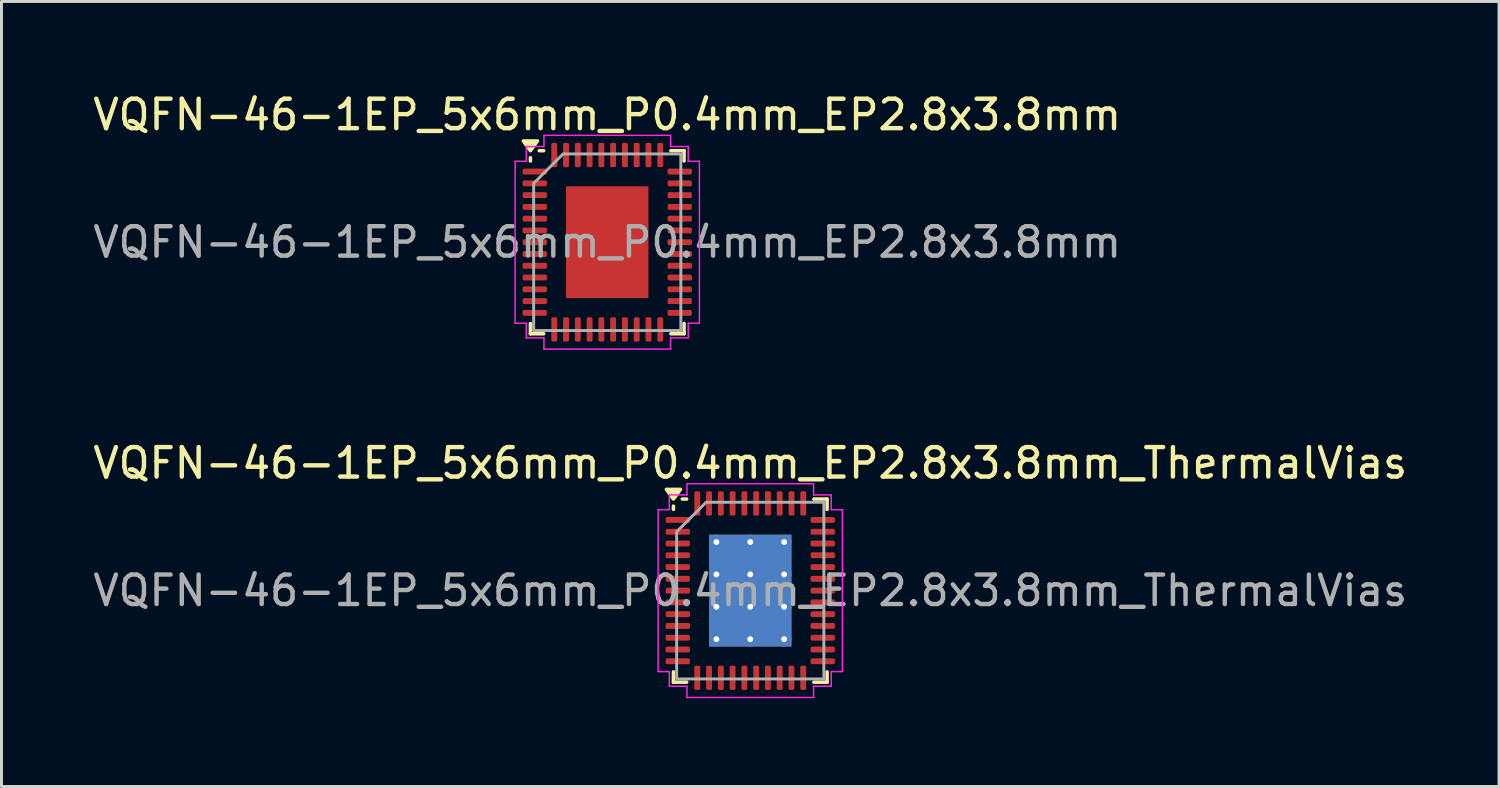
<source format=kicad_pcb>
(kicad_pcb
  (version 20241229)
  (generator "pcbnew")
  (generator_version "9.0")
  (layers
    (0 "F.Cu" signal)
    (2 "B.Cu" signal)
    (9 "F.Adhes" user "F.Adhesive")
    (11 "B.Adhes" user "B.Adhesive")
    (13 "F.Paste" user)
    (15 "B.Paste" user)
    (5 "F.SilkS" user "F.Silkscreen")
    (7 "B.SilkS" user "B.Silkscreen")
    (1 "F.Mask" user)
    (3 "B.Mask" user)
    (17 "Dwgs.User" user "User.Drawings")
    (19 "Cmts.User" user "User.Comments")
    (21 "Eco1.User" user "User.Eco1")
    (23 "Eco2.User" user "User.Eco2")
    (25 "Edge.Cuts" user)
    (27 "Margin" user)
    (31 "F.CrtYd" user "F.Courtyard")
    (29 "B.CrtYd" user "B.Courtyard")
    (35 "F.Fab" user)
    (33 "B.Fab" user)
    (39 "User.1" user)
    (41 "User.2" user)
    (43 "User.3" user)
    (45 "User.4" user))
  (footprint "VQFN-46-1EP_5x6mm_P0.4mm_EP2.8x3.8mm"
    (layer "F.Cu")
    (at 17.577 5.178)
    (property "Reference" "VQFN-46-1EP_5x6mm_P0.4mm_EP2.8x3.8mm" (at 0 -4.33 0) (layer "F.SilkS") (effects (font (size 1 1) (thickness 0.15))))
    (attr smd)
    (fp_line (start -2.61 -2.76) (end -2.61 -2.87) (stroke (width 0.12) (type solid)) (layer "F.SilkS"))
    (fp_line (start -2.61 3.11) (end -2.61 2.76) (stroke (width 0.12) (type solid)) (layer "F.SilkS"))
    (fp_line (start -2.16 -3.11) (end -2.31 -3.11) (stroke (width 0.12) (type solid)) (layer "F.SilkS"))
    (fp_line (start -2.16 3.11) (end -2.61 3.11) (stroke (width 0.12) (type solid)) (layer "F.SilkS"))
    (fp_line (start 2.16 -3.11) (end 2.61 -3.11) (stroke (width 0.12) (type solid)) (layer "F.SilkS"))
    (fp_line (start 2.16 3.11) (end 2.61 3.11) (stroke (width 0.12) (type solid)) (layer "F.SilkS"))
    (fp_line (start 2.61 -3.11) (end 2.61 -2.76) (stroke (width 0.12) (type solid)) (layer "F.SilkS"))
    (fp_line (start 2.61 3.11) (end 2.61 2.76) (stroke (width 0.12) (type solid)) (layer "F.SilkS"))
    (fp_poly (pts (xy -2.61 -3.11) (xy -2.85 -3.44) (xy -2.37 -3.44)) (stroke (width 0.12) (type solid)) (fill yes) (layer "F.SilkS"))
    (fp_line (start -3.13 -2.75) (end -2.75 -2.75) (stroke (width 0.05) (type solid)) (layer "F.CrtYd"))
    (fp_line (start -3.13 2.75) (end -3.13 -2.75) (stroke (width 0.05) (type solid)) (layer "F.CrtYd"))
    (fp_line (start -2.75 -3.25) (end -2.15 -3.25) (stroke (width 0.05) (type solid)) (layer "F.CrtYd"))
    (fp_line (start -2.75 -2.75) (end -2.75 -3.25) (stroke (width 0.05) (type solid)) (layer "F.CrtYd"))
    (fp_line (start -2.75 2.75) (end -3.13 2.75) (stroke (width 0.05) (type solid)) (layer "F.CrtYd"))
    (fp_line (start -2.75 3.25) (end -2.75 2.75) (stroke (width 0.05) (type solid)) (layer "F.CrtYd"))
    (fp_line (start -2.15 -3.63) (end 2.15 -3.63) (stroke (width 0.05) (type solid)) (layer "F.CrtYd"))
    (fp_line (start -2.15 -3.25) (end -2.15 -3.63) (stroke (width 0.05) (type solid)) (layer "F.CrtYd"))
    (fp_line (start -2.15 3.25) (end -2.75 3.25) (stroke (width 0.05) (type solid)) (layer "F.CrtYd"))
    (fp_line (start -2.15 3.63) (end -2.15 3.25) (stroke (width 0.05) (type solid)) (layer "F.CrtYd"))
    (fp_line (start 2.15 -3.63) (end 2.15 -3.25) (stroke (width 0.05) (type solid)) (layer "F.CrtYd"))
    (fp_line (start 2.15 -3.25) (end 2.75 -3.25) (stroke (width 0.05) (type solid)) (layer "F.CrtYd"))
    (fp_line (start 2.15 3.25) (end 2.15 3.63) (stroke (width 0.05) (type solid)) (layer "F.CrtYd"))
    (fp_line (start 2.15 3.63) (end -2.15 3.63) (stroke (width 0.05) (type solid)) (layer "F.CrtYd"))
    (fp_line (start 2.75 -3.25) (end 2.75 -2.75) (stroke (width 0.05) (type solid)) (layer "F.CrtYd"))
    (fp_line (start 2.75 -2.75) (end 3.13 -2.75) (stroke (width 0.05) (type solid)) (layer "F.CrtYd"))
    (fp_line (start 2.75 2.75) (end 2.75 3.25) (stroke (width 0.05) (type solid)) (layer "F.CrtYd"))
    (fp_line (start 2.75 3.25) (end 2.15 3.25) (stroke (width 0.05) (type solid)) (layer "F.CrtYd"))
    (fp_line (start 3.13 -2.75) (end 3.13 2.75) (stroke (width 0.05) (type solid)) (layer "F.CrtYd"))
    (fp_line (start 3.13 2.75) (end 2.75 2.75) (stroke (width 0.05) (type solid)) (layer "F.CrtYd"))
    (fp_poly (pts (xy -2.5 -2) (xy -2.5 3) (xy 2.5 3) (xy 2.5 -3) (xy -1.5 -3)) (stroke (width 0.1) (type solid)) (fill no) (layer "F.Fab"))
    (fp_text user "${REFERENCE}" (at 0 0 0) (layer "F.Fab") (effects (font (size 1 1) (thickness 0.15))))
    (pad "" smd roundrect (at -0.7 -1.27) (size 1.13 1.02) (layers "F.Paste") (roundrect_rratio 0.245))
    (pad "" smd roundrect (at -0.7 0) (size 1.13 1.02) (layers "F.Paste") (roundrect_rratio 0.245))
    (pad "" smd roundrect (at -0.7 1.27) (size 1.13 1.02) (layers "F.Paste") (roundrect_rratio 0.245))
    (pad "" smd roundrect (at 0.7 -1.27) (size 1.13 1.02) (layers "F.Paste") (roundrect_rratio 0.245))
    (pad "" smd roundrect (at 0.7 0) (size 1.13 1.02) (layers "F.Paste") (roundrect_rratio 0.245))
    (pad "" smd roundrect (at 0.7 1.27) (size 1.13 1.02) (layers "F.Paste") (roundrect_rratio 0.245))
    (pad "1" smd roundrect (at -2.462 -2.4) (size 0.825 0.2) (layers "F.Cu" "F.Mask" "F.Paste") (roundrect_rratio 0.25))
    (pad "2" smd roundrect (at -2.462 -2) (size 0.825 0.2) (layers "F.Cu" "F.Mask" "F.Paste") (roundrect_rratio 0.25))
    (pad "3" smd roundrect (at -2.462 -1.6) (size 0.825 0.2) (layers "F.Cu" "F.Mask" "F.Paste") (roundrect_rratio 0.25))
    (pad "4" smd roundrect (at -2.462 -1.2) (size 0.825 0.2) (layers "F.Cu" "F.Mask" "F.Paste") (roundrect_rratio 0.25))
    (pad "5" smd roundrect (at -2.462 -0.8) (size 0.825 0.2) (layers "F.Cu" "F.Mask" "F.Paste") (roundrect_rratio 0.25))
    (pad "6" smd roundrect (at -2.462 -0.4) (size 0.825 0.2) (layers "F.Cu" "F.Mask" "F.Paste") (roundrect_rratio 0.25))
    (pad "7" smd roundrect (at -2.462 0) (size 0.825 0.2) (layers "F.Cu" "F.Mask" "F.Paste") (roundrect_rratio 0.25))
    (pad "8" smd roundrect (at -2.462 0.4) (size 0.825 0.2) (layers "F.Cu" "F.Mask" "F.Paste") (roundrect_rratio 0.25))
    (pad "9" smd roundrect (at -2.462 0.8) (size 0.825 0.2) (layers "F.Cu" "F.Mask" "F.Paste") (roundrect_rratio 0.25))
    (pad "10" smd roundrect (at -2.462 1.2) (size 0.825 0.2) (layers "F.Cu" "F.Mask" "F.Paste") (roundrect_rratio 0.25))
    (pad "11" smd roundrect (at -2.462 1.6) (size 0.825 0.2) (layers "F.Cu" "F.Mask" "F.Paste") (roundrect_rratio 0.25))
    (pad "12" smd roundrect (at -2.462 2) (size 0.825 0.2) (layers "F.Cu" "F.Mask" "F.Paste") (roundrect_rratio 0.25))
    (pad "13" smd roundrect (at -2.462 2.4) (size 0.825 0.2) (layers "F.Cu" "F.Mask" "F.Paste") (roundrect_rratio 0.25))
    (pad "14" smd roundrect (at -1.8 2.962) (size 0.2 0.825) (layers "F.Cu" "F.Mask" "F.Paste") (roundrect_rratio 0.25))
    (pad "15" smd roundrect (at -1.4 2.962) (size 0.2 0.825) (layers "F.Cu" "F.Mask" "F.Paste") (roundrect_rratio 0.25))
    (pad "16" smd roundrect (at -1 2.962) (size 0.2 0.825) (layers "F.Cu" "F.Mask" "F.Paste") (roundrect_rratio 0.25))
    (pad "17" smd roundrect (at -0.6 2.962) (size 0.2 0.825) (layers "F.Cu" "F.Mask" "F.Paste") (roundrect_rratio 0.25))
    (pad "18" smd roundrect (at -0.2 2.962) (size 0.2 0.825) (layers "F.Cu" "F.Mask" "F.Paste") (roundrect_rratio 0.25))
    (pad "19" smd roundrect (at 0.2 2.962) (size 0.2 0.825) (layers "F.Cu" "F.Mask" "F.Paste") (roundrect_rratio 0.25))
    (pad "20" smd roundrect (at 0.6 2.962) (size 0.2 0.825) (layers "F.Cu" "F.Mask" "F.Paste") (roundrect_rratio 0.25))
    (pad "21" smd roundrect (at 1 2.962) (size 0.2 0.825) (layers "F.Cu" "F.Mask" "F.Paste") (roundrect_rratio 0.25))
    (pad "22" smd roundrect (at 1.4 2.962) (size 0.2 0.825) (layers "F.Cu" "F.Mask" "F.Paste") (roundrect_rratio 0.25))
    (pad "23" smd roundrect (at 1.8 2.962) (size 0.2 0.825) (layers "F.Cu" "F.Mask" "F.Paste") (roundrect_rratio 0.25))
    (pad "24" smd roundrect (at 2.462 2.4) (size 0.825 0.2) (layers "F.Cu" "F.Mask" "F.Paste") (roundrect_rratio 0.25))
    (pad "25" smd roundrect (at 2.462 2) (size 0.825 0.2) (layers "F.Cu" "F.Mask" "F.Paste") (roundrect_rratio 0.25))
    (pad "26" smd roundrect (at 2.462 1.6) (size 0.825 0.2) (layers "F.Cu" "F.Mask" "F.Paste") (roundrect_rratio 0.25))
    (pad "27" smd roundrect (at 2.462 1.2) (size 0.825 0.2) (layers "F.Cu" "F.Mask" "F.Paste") (roundrect_rratio 0.25))
    (pad "28" smd roundrect (at 2.462 0.8) (size 0.825 0.2) (layers "F.Cu" "F.Mask" "F.Paste") (roundrect_rratio 0.25))
    (pad "29" smd roundrect (at 2.462 0.4) (size 0.825 0.2) (layers "F.Cu" "F.Mask" "F.Paste") (roundrect_rratio 0.25))
    (pad "30" smd roundrect (at 2.462 0) (size 0.825 0.2) (layers "F.Cu" "F.Mask" "F.Paste") (roundrect_rratio 0.25))
    (pad "31" smd roundrect (at 2.462 -0.4) (size 0.825 0.2) (layers "F.Cu" "F.Mask" "F.Paste") (roundrect_rratio 0.25))
    (pad "32" smd roundrect (at 2.462 -0.8) (size 0.825 0.2) (layers "F.Cu" "F.Mask" "F.Paste") (roundrect_rratio 0.25))
    (pad "33" smd roundrect (at 2.462 -1.2) (size 0.825 0.2) (layers "F.Cu" "F.Mask" "F.Paste") (roundrect_rratio 0.25))
    (pad "34" smd roundrect (at 2.462 -1.6) (size 0.825 0.2) (layers "F.Cu" "F.Mask" "F.Paste") (roundrect_rratio 0.25))
    (pad "35" smd roundrect (at 2.462 -2) (size 0.825 0.2) (layers "F.Cu" "F.Mask" "F.Paste") (roundrect_rratio 0.25))
    (pad "36" smd roundrect (at 2.462 -2.4) (size 0.825 0.2) (layers "F.Cu" "F.Mask" "F.Paste") (roundrect_rratio 0.25))
    (pad "37" smd roundrect (at 1.8 -2.962) (size 0.2 0.825) (layers "F.Cu" "F.Mask" "F.Paste") (roundrect_rratio 0.25))
    (pad "38" smd roundrect (at 1.4 -2.962) (size 0.2 0.825) (layers "F.Cu" "F.Mask" "F.Paste") (roundrect_rratio 0.25))
    (pad "39" smd roundrect (at 1 -2.962) (size 0.2 0.825) (layers "F.Cu" "F.Mask" "F.Paste") (roundrect_rratio 0.25))
    (pad "40" smd roundrect (at 0.6 -2.962) (size 0.2 0.825) (layers "F.Cu" "F.Mask" "F.Paste") (roundrect_rratio 0.25))
    (pad "41" smd roundrect (at 0.2 -2.962) (size 0.2 0.825) (layers "F.Cu" "F.Mask" "F.Paste") (roundrect_rratio 0.25))
    (pad "42" smd roundrect (at -0.2 -2.962) (size 0.2 0.825) (layers "F.Cu" "F.Mask" "F.Paste") (roundrect_rratio 0.25))
    (pad "43" smd roundrect (at -0.6 -2.962) (size 0.2 0.825) (layers "F.Cu" "F.Mask" "F.Paste") (roundrect_rratio 0.25))
    (pad "44" smd roundrect (at -1 -2.962) (size 0.2 0.825) (layers "F.Cu" "F.Mask" "F.Paste") (roundrect_rratio 0.25))
    (pad "45" smd roundrect (at -1.4 -2.962) (size 0.2 0.825) (layers "F.Cu" "F.Mask" "F.Paste") (roundrect_rratio 0.25))
    (pad "46" smd roundrect (at -1.8 -2.962) (size 0.2 0.825) (layers "F.Cu" "F.Mask" "F.Paste") (roundrect_rratio 0.25))
    (pad "47" smd rect (at 0 0) (size 2.8 3.8) (property pad_prop_heatsink) (layers "F.Cu" "F.Mask")))
  (footprint "VQFN-46-1EP_5x6mm_P0.4mm_EP2.8x3.8mm_ThermalVias"
    (layer "F.Cu")
    (at 22.435 17.012)
    (property "Reference" "VQFN-46-1EP_5x6mm_P0.4mm_EP2.8x3.8mm_ThermalVias" (at 0 -4.33 0) (layer "F.SilkS") (effects (font (size 1 1) (thickness 0.15))))
    (attr smd)
    (fp_line (start -2.61 -2.76) (end -2.61 -2.87) (stroke (width 0.12) (type solid)) (layer "F.SilkS"))
    (fp_line (start -2.61 3.11) (end -2.61 2.76) (stroke (width 0.12) (type solid)) (layer "F.SilkS"))
    (fp_line (start -2.16 -3.11) (end -2.31 -3.11) (stroke (width 0.12) (type solid)) (layer "F.SilkS"))
    (fp_line (start -2.16 3.11) (end -2.61 3.11) (stroke (width 0.12) (type solid)) (layer "F.SilkS"))
    (fp_line (start 2.16 -3.11) (end 2.61 -3.11) (stroke (width 0.12) (type solid)) (layer "F.SilkS"))
    (fp_line (start 2.16 3.11) (end 2.61 3.11) (stroke (width 0.12) (type solid)) (layer "F.SilkS"))
    (fp_line (start 2.61 -3.11) (end 2.61 -2.76) (stroke (width 0.12) (type solid)) (layer "F.SilkS"))
    (fp_line (start 2.61 3.11) (end 2.61 2.76) (stroke (width 0.12) (type solid)) (layer "F.SilkS"))
    (fp_poly (pts (xy -2.61 -3.11) (xy -2.85 -3.44) (xy -2.37 -3.44)) (stroke (width 0.12) (type solid)) (fill yes) (layer "F.SilkS"))
    (fp_line (start -3.13 -2.75) (end -2.75 -2.75) (stroke (width 0.05) (type solid)) (layer "F.CrtYd"))
    (fp_line (start -3.13 2.75) (end -3.13 -2.75) (stroke (width 0.05) (type solid)) (layer "F.CrtYd"))
    (fp_line (start -2.75 -3.25) (end -2.15 -3.25) (stroke (width 0.05) (type solid)) (layer "F.CrtYd"))
    (fp_line (start -2.75 -2.75) (end -2.75 -3.25) (stroke (width 0.05) (type solid)) (layer "F.CrtYd"))
    (fp_line (start -2.75 2.75) (end -3.13 2.75) (stroke (width 0.05) (type solid)) (layer "F.CrtYd"))
    (fp_line (start -2.75 3.25) (end -2.75 2.75) (stroke (width 0.05) (type solid)) (layer "F.CrtYd"))
    (fp_line (start -2.15 -3.63) (end 2.15 -3.63) (stroke (width 0.05) (type solid)) (layer "F.CrtYd"))
    (fp_line (start -2.15 -3.25) (end -2.15 -3.63) (stroke (width 0.05) (type solid)) (layer "F.CrtYd"))
    (fp_line (start -2.15 3.25) (end -2.75 3.25) (stroke (width 0.05) (type solid)) (layer "F.CrtYd"))
    (fp_line (start -2.15 3.63) (end -2.15 3.25) (stroke (width 0.05) (type solid)) (layer "F.CrtYd"))
    (fp_line (start 2.15 -3.63) (end 2.15 -3.25) (stroke (width 0.05) (type solid)) (layer "F.CrtYd"))
    (fp_line (start 2.15 -3.25) (end 2.75 -3.25) (stroke (width 0.05) (type solid)) (layer "F.CrtYd"))
    (fp_line (start 2.15 3.25) (end 2.15 3.63) (stroke (width 0.05) (type solid)) (layer "F.CrtYd"))
    (fp_line (start 2.15 3.63) (end -2.15 3.63) (stroke (width 0.05) (type solid)) (layer "F.CrtYd"))
    (fp_line (start 2.75 -3.25) (end 2.75 -2.75) (stroke (width 0.05) (type solid)) (layer "F.CrtYd"))
    (fp_line (start 2.75 -2.75) (end 3.13 -2.75) (stroke (width 0.05) (type solid)) (layer "F.CrtYd"))
    (fp_line (start 2.75 2.75) (end 2.75 3.25) (stroke (width 0.05) (type solid)) (layer "F.CrtYd"))
    (fp_line (start 2.75 3.25) (end 2.15 3.25) (stroke (width 0.05) (type solid)) (layer "F.CrtYd"))
    (fp_line (start 3.13 -2.75) (end 3.13 2.75) (stroke (width 0.05) (type solid)) (layer "F.CrtYd"))
    (fp_line (start 3.13 2.75) (end 2.75 2.75) (stroke (width 0.05) (type solid)) (layer "F.CrtYd"))
    (fp_poly (pts (xy -2.5 -2) (xy -2.5 3) (xy 2.5 3) (xy 2.5 -3) (xy -1.5 -3)) (stroke (width 0.1) (type solid)) (fill no) (layer "F.Fab"))
    (fp_text user "${REFERENCE}" (at 0 0 0) (layer "F.Fab") (effects (font (size 1 1) (thickness 0.15))))
    (pad "" smd roundrect (at -0.7 -1.27) (size 1.21 1.1) (layers "F.Paste") (roundrect_rratio 0.227))
    (pad "" smd roundrect (at -0.7 0) (size 1.21 1.1) (layers "F.Paste") (roundrect_rratio 0.227))
    (pad "" smd roundrect (at -0.7 1.27) (size 1.21 1.1) (layers "F.Paste") (roundrect_rratio 0.227))
    (pad "" smd roundrect (at 0.7 -1.27) (size 1.21 1.1) (layers "F.Paste") (roundrect_rratio 0.227))
    (pad "" smd roundrect (at 0.7 0) (size 1.21 1.1) (layers "F.Paste") (roundrect_rratio 0.227))
    (pad "" smd roundrect (at 0.7 1.27) (size 1.21 1.1) (layers "F.Paste") (roundrect_rratio 0.227))
    (pad "1" smd roundrect (at -2.462 -2.4) (size 0.825 0.2) (layers "F.Cu" "F.Mask" "F.Paste") (roundrect_rratio 0.25))
    (pad "2" smd roundrect (at -2.462 -2) (size 0.825 0.2) (layers "F.Cu" "F.Mask" "F.Paste") (roundrect_rratio 0.25))
    (pad "3" smd roundrect (at -2.462 -1.6) (size 0.825 0.2) (layers "F.Cu" "F.Mask" "F.Paste") (roundrect_rratio 0.25))
    (pad "4" smd roundrect (at -2.462 -1.2) (size 0.825 0.2) (layers "F.Cu" "F.Mask" "F.Paste") (roundrect_rratio 0.25))
    (pad "5" smd roundrect (at -2.462 -0.8) (size 0.825 0.2) (layers "F.Cu" "F.Mask" "F.Paste") (roundrect_rratio 0.25))
    (pad "6" smd roundrect (at -2.462 -0.4) (size 0.825 0.2) (layers "F.Cu" "F.Mask" "F.Paste") (roundrect_rratio 0.25))
    (pad "7" smd roundrect (at -2.462 0) (size 0.825 0.2) (layers "F.Cu" "F.Mask" "F.Paste") (roundrect_rratio 0.25))
    (pad "8" smd roundrect (at -2.462 0.4) (size 0.825 0.2) (layers "F.Cu" "F.Mask" "F.Paste") (roundrect_rratio 0.25))
    (pad "9" smd roundrect (at -2.462 0.8) (size 0.825 0.2) (layers "F.Cu" "F.Mask" "F.Paste") (roundrect_rratio 0.25))
    (pad "10" smd roundrect (at -2.462 1.2) (size 0.825 0.2) (layers "F.Cu" "F.Mask" "F.Paste") (roundrect_rratio 0.25))
    (pad "11" smd roundrect (at -2.462 1.6) (size 0.825 0.2) (layers "F.Cu" "F.Mask" "F.Paste") (roundrect_rratio 0.25))
    (pad "12" smd roundrect (at -2.462 2) (size 0.825 0.2) (layers "F.Cu" "F.Mask" "F.Paste") (roundrect_rratio 0.25))
    (pad "13" smd roundrect (at -2.462 2.4) (size 0.825 0.2) (layers "F.Cu" "F.Mask" "F.Paste") (roundrect_rratio 0.25))
    (pad "14" smd roundrect (at -1.8 2.962) (size 0.2 0.825) (layers "F.Cu" "F.Mask" "F.Paste") (roundrect_rratio 0.25))
    (pad "15" smd roundrect (at -1.4 2.962) (size 0.2 0.825) (layers "F.Cu" "F.Mask" "F.Paste") (roundrect_rratio 0.25))
    (pad "16" smd roundrect (at -1 2.962) (size 0.2 0.825) (layers "F.Cu" "F.Mask" "F.Paste") (roundrect_rratio 0.25))
    (pad "17" smd roundrect (at -0.6 2.962) (size 0.2 0.825) (layers "F.Cu" "F.Mask" "F.Paste") (roundrect_rratio 0.25))
    (pad "18" smd roundrect (at -0.2 2.962) (size 0.2 0.825) (layers "F.Cu" "F.Mask" "F.Paste") (roundrect_rratio 0.25))
    (pad "19" smd roundrect (at 0.2 2.962) (size 0.2 0.825) (layers "F.Cu" "F.Mask" "F.Paste") (roundrect_rratio 0.25))
    (pad "20" smd roundrect (at 0.6 2.962) (size 0.2 0.825) (layers "F.Cu" "F.Mask" "F.Paste") (roundrect_rratio 0.25))
    (pad "21" smd roundrect (at 1 2.962) (size 0.2 0.825) (layers "F.Cu" "F.Mask" "F.Paste") (roundrect_rratio 0.25))
    (pad "22" smd roundrect (at 1.4 2.962) (size 0.2 0.825) (layers "F.Cu" "F.Mask" "F.Paste") (roundrect_rratio 0.25))
    (pad "23" smd roundrect (at 1.8 2.962) (size 0.2 0.825) (layers "F.Cu" "F.Mask" "F.Paste") (roundrect_rratio 0.25))
    (pad "24" smd roundrect (at 2.462 2.4) (size 0.825 0.2) (layers "F.Cu" "F.Mask" "F.Paste") (roundrect_rratio 0.25))
    (pad "25" smd roundrect (at 2.462 2) (size 0.825 0.2) (layers "F.Cu" "F.Mask" "F.Paste") (roundrect_rratio 0.25))
    (pad "26" smd roundrect (at 2.462 1.6) (size 0.825 0.2) (layers "F.Cu" "F.Mask" "F.Paste") (roundrect_rratio 0.25))
    (pad "27" smd roundrect (at 2.462 1.2) (size 0.825 0.2) (layers "F.Cu" "F.Mask" "F.Paste") (roundrect_rratio 0.25))
    (pad "28" smd roundrect (at 2.462 0.8) (size 0.825 0.2) (layers "F.Cu" "F.Mask" "F.Paste") (roundrect_rratio 0.25))
    (pad "29" smd roundrect (at 2.462 0.4) (size 0.825 0.2) (layers "F.Cu" "F.Mask" "F.Paste") (roundrect_rratio 0.25))
    (pad "30" smd roundrect (at 2.462 0) (size 0.825 0.2) (layers "F.Cu" "F.Mask" "F.Paste") (roundrect_rratio 0.25))
    (pad "31" smd roundrect (at 2.462 -0.4) (size 0.825 0.2) (layers "F.Cu" "F.Mask" "F.Paste") (roundrect_rratio 0.25))
    (pad "32" smd roundrect (at 2.462 -0.8) (size 0.825 0.2) (layers "F.Cu" "F.Mask" "F.Paste") (roundrect_rratio 0.25))
    (pad "33" smd roundrect (at 2.462 -1.2) (size 0.825 0.2) (layers "F.Cu" "F.Mask" "F.Paste") (roundrect_rratio 0.25))
    (pad "34" smd roundrect (at 2.462 -1.6) (size 0.825 0.2) (layers "F.Cu" "F.Mask" "F.Paste") (roundrect_rratio 0.25))
    (pad "35" smd roundrect (at 2.462 -2) (size 0.825 0.2) (layers "F.Cu" "F.Mask" "F.Paste") (roundrect_rratio 0.25))
    (pad "36" smd roundrect (at 2.462 -2.4) (size 0.825 0.2) (layers "F.Cu" "F.Mask" "F.Paste") (roundrect_rratio 0.25))
    (pad "37" smd roundrect (at 1.8 -2.962) (size 0.2 0.825) (layers "F.Cu" "F.Mask" "F.Paste") (roundrect_rratio 0.25))
    (pad "38" smd roundrect (at 1.4 -2.962) (size 0.2 0.825) (layers "F.Cu" "F.Mask" "F.Paste") (roundrect_rratio 0.25))
    (pad "39" smd roundrect (at 1 -2.962) (size 0.2 0.825) (layers "F.Cu" "F.Mask" "F.Paste") (roundrect_rratio 0.25))
    (pad "40" smd roundrect (at 0.6 -2.962) (size 0.2 0.825) (layers "F.Cu" "F.Mask" "F.Paste") (roundrect_rratio 0.25))
    (pad "41" smd roundrect (at 0.2 -2.962) (size 0.2 0.825) (layers "F.Cu" "F.Mask" "F.Paste") (roundrect_rratio 0.25))
    (pad "42" smd roundrect (at -0.2 -2.962) (size 0.2 0.825) (layers "F.Cu" "F.Mask" "F.Paste") (roundrect_rratio 0.25))
    (pad "43" smd roundrect (at -0.6 -2.962) (size 0.2 0.825) (layers "F.Cu" "F.Mask" "F.Paste") (roundrect_rratio 0.25))
    (pad "44" smd roundrect (at -1 -2.962) (size 0.2 0.825) (layers "F.Cu" "F.Mask" "F.Paste") (roundrect_rratio 0.25))
    (pad "45" smd roundrect (at -1.4 -2.962) (size 0.2 0.825) (layers "F.Cu" "F.Mask" "F.Paste") (roundrect_rratio 0.25))
    (pad "46" smd roundrect (at -1.8 -2.962) (size 0.2 0.825) (layers "F.Cu" "F.Mask" "F.Paste") (roundrect_rratio 0.25))
    (pad "47" thru_hole circle (at -1.15 -1.65) (size 0.5 0.5) (drill 0.2) (property pad_prop_heatsink) (layers "*.Cu"))
    (pad "47" thru_hole circle (at -1.15 -0.55) (size 0.5 0.5) (drill 0.2) (property pad_prop_heatsink) (layers "*.Cu"))
    (pad "47" thru_hole circle (at -1.15 0.55) (size 0.5 0.5) (drill 0.2) (property pad_prop_heatsink) (layers "*.Cu"))
    (pad "47" thru_hole circle (at -1.15 1.65) (size 0.5 0.5) (drill 0.2) (property pad_prop_heatsink) (layers "*.Cu"))
    (pad "47" thru_hole circle (at 0 -1.65) (size 0.5 0.5) (drill 0.2) (property pad_prop_heatsink) (layers "*.Cu"))
    (pad "47" thru_hole circle (at 0 -0.55) (size 0.5 0.5) (drill 0.2) (property pad_prop_heatsink) (layers "*.Cu"))
    (pad "47" smd rect (at 0 0) (size 2.8 3.8) (property pad_prop_heatsink) (layers "F.Cu" "F.Mask"))
    (pad "47" smd rect (at 0 0) (size 2.8 3.8) (property pad_prop_heatsink) (layers "B.Cu"))
    (pad "47" thru_hole circle (at 0 0.55) (size 0.5 0.5) (drill 0.2) (property pad_prop_heatsink) (layers "*.Cu"))
    (pad "47" thru_hole circle (at 0 1.65) (size 0.5 0.5) (drill 0.2) (property pad_prop_heatsink) (layers "*.Cu"))
    (pad "47" thru_hole circle (at 1.15 -1.65) (size 0.5 0.5) (drill 0.2) (property pad_prop_heatsink) (layers "*.Cu"))
    (pad "47" thru_hole circle (at 1.15 -0.55) (size 0.5 0.5) (drill 0.2) (property pad_prop_heatsink) (layers "*.Cu"))
    (pad "47" thru_hole circle (at 1.15 0.55) (size 0.5 0.5) (drill 0.2) (property pad_prop_heatsink) (layers "*.Cu"))
    (pad "47" thru_hole circle (at 1.15 1.65) (size 0.5 0.5) (drill 0.2) (property pad_prop_heatsink) (layers "*.Cu")))
  (gr_rect
    (start -3 -3)
    (end 47.869 23.666)
    (stroke (width 0.1) (type default))
    (fill no)
    (layer "Edge.Cuts")))
</source>
